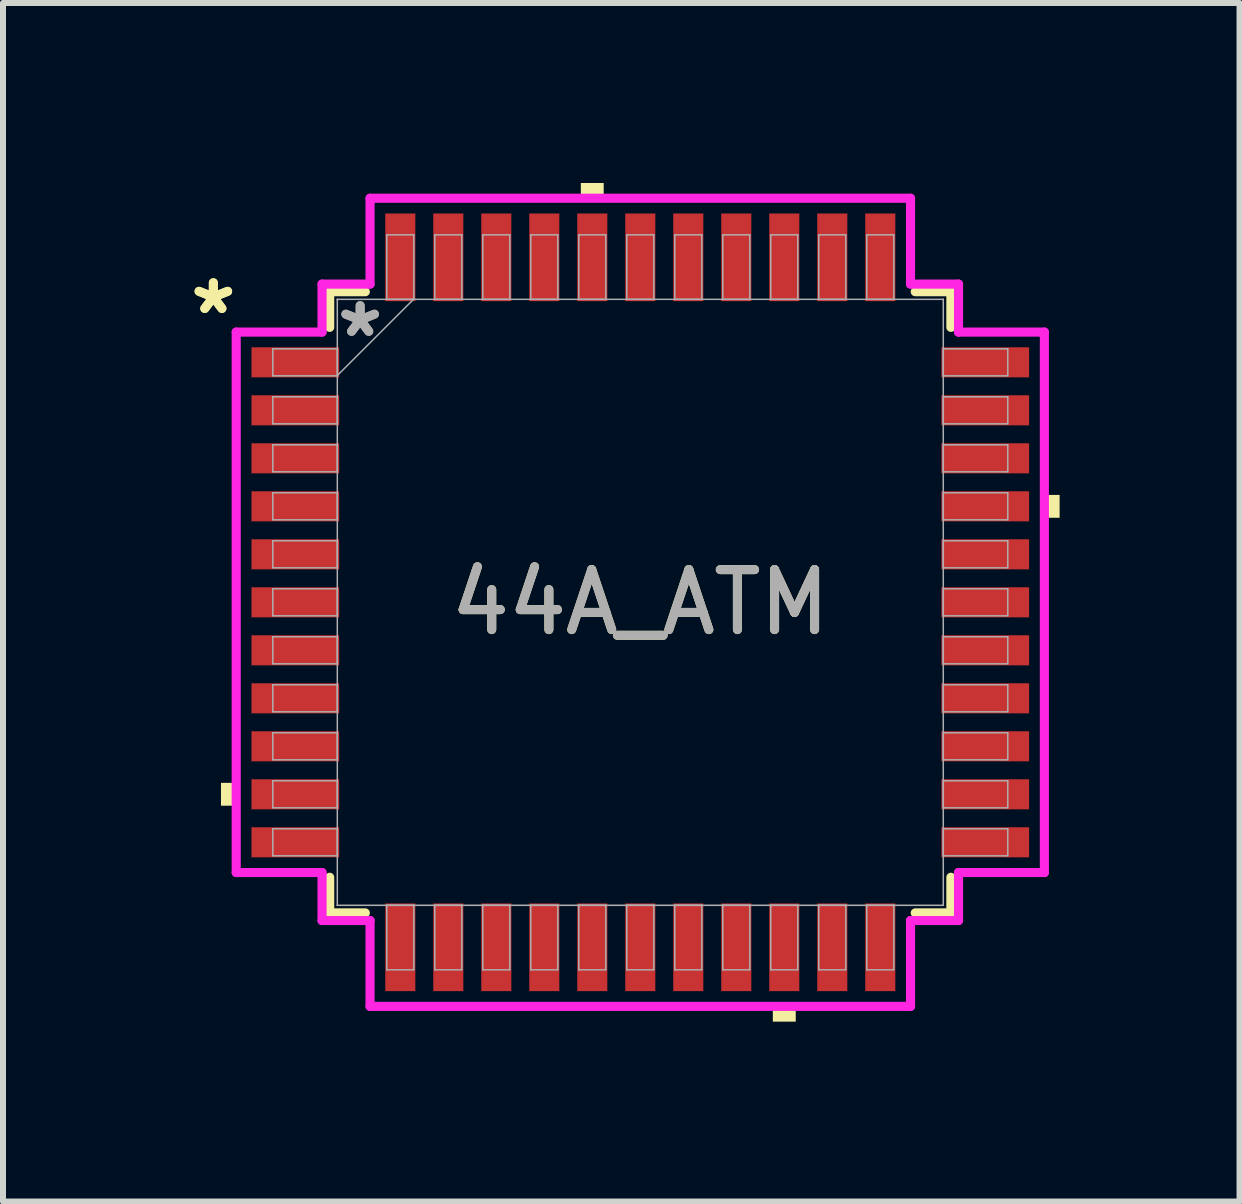
<source format=kicad_pcb>
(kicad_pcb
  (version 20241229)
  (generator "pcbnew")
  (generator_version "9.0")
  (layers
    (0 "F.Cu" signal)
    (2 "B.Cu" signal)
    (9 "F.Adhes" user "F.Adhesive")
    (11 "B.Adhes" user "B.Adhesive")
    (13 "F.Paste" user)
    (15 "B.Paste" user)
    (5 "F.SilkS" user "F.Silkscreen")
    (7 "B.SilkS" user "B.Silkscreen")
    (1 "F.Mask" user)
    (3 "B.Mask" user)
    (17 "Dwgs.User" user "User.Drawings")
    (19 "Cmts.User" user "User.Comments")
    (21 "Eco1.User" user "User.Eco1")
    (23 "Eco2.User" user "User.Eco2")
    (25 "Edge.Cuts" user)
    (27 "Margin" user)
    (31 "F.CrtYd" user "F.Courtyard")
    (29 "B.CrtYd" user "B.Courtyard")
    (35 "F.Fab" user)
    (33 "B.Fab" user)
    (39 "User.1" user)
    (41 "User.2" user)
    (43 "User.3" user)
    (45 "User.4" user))
  (footprint "44A_ATM"
    (layer "F.Cu")
    (at 7.622 6.989)
    (property "Reference" "44A_ATM" (at 0 0 0) (unlocked yes) (layer "F.SilkS") (effects (font (size 1 1) (thickness 0.15))))
    (attr smd)
    (fp_line (start -5.177 -5.177) (end -5.177 -4.583) (stroke (width 0.152) (type solid)) (layer "F.SilkS"))
    (fp_line (start -5.177 4.583) (end -5.177 5.177) (stroke (width 0.152) (type solid)) (layer "F.SilkS"))
    (fp_line (start -5.177 5.177) (end -4.583 5.177) (stroke (width 0.152) (type solid)) (layer "F.SilkS"))
    (fp_line (start -4.583 -5.177) (end -5.177 -5.177) (stroke (width 0.152) (type solid)) (layer "F.SilkS"))
    (fp_line (start 4.583 5.177) (end 5.177 5.177) (stroke (width 0.152) (type solid)) (layer "F.SilkS"))
    (fp_line (start 5.177 -5.177) (end 4.583 -5.177) (stroke (width 0.152) (type solid)) (layer "F.SilkS"))
    (fp_line (start 5.177 -4.583) (end 5.177 -5.177) (stroke (width 0.152) (type solid)) (layer "F.SilkS"))
    (fp_line (start 5.177 5.177) (end 5.177 4.583) (stroke (width 0.152) (type solid)) (layer "F.SilkS"))
    (fp_poly (pts (xy -6.989 3.009) (xy -6.989 3.39) (xy -6.735 3.39) (xy -6.735 3.009)) (stroke (width 0) (type solid)) (fill yes) (layer "F.SilkS"))
    (fp_poly (pts (xy -0.991 -6.735) (xy -0.991 -6.989) (xy -0.61 -6.989) (xy -0.61 -6.735)) (stroke (width 0) (type solid)) (fill yes) (layer "F.SilkS"))
    (fp_poly (pts (xy 2.209 6.735) (xy 2.209 6.989) (xy 2.591 6.989) (xy 2.591 6.735)) (stroke (width 0) (type solid)) (fill yes) (layer "F.SilkS"))
    (fp_poly (pts (xy 6.989 -1.79) (xy 6.989 -1.409) (xy 6.735 -1.409) (xy 6.735 -1.79)) (stroke (width 0) (type solid)) (fill yes) (layer "F.SilkS"))
    (fp_line (start -6.735 -4.504) (end -5.304 -4.504) (stroke (width 0.152) (type solid)) (layer "F.CrtYd"))
    (fp_line (start -6.735 4.504) (end -6.735 -4.504) (stroke (width 0.152) (type solid)) (layer "F.CrtYd"))
    (fp_line (start -5.304 -5.304) (end -4.504 -5.304) (stroke (width 0.152) (type solid)) (layer "F.CrtYd"))
    (fp_line (start -5.304 -4.504) (end -5.304 -5.304) (stroke (width 0.152) (type solid)) (layer "F.CrtYd"))
    (fp_line (start -5.304 4.504) (end -6.735 4.504) (stroke (width 0.152) (type solid)) (layer "F.CrtYd"))
    (fp_line (start -5.304 5.304) (end -5.304 4.504) (stroke (width 0.152) (type solid)) (layer "F.CrtYd"))
    (fp_line (start -5.304 5.304) (end -4.504 5.304) (stroke (width 0.152) (type solid)) (layer "F.CrtYd"))
    (fp_line (start -4.504 -6.735) (end 4.504 -6.735) (stroke (width 0.152) (type solid)) (layer "F.CrtYd"))
    (fp_line (start -4.504 -5.304) (end -4.504 -6.735) (stroke (width 0.152) (type solid)) (layer "F.CrtYd"))
    (fp_line (start -4.504 5.304) (end -4.504 6.735) (stroke (width 0.152) (type solid)) (layer "F.CrtYd"))
    (fp_line (start -4.504 6.735) (end 4.504 6.735) (stroke (width 0.152) (type solid)) (layer "F.CrtYd"))
    (fp_line (start 4.504 -6.735) (end 4.504 -5.304) (stroke (width 0.152) (type solid)) (layer "F.CrtYd"))
    (fp_line (start 4.504 -5.304) (end 5.304 -5.304) (stroke (width 0.152) (type solid)) (layer "F.CrtYd"))
    (fp_line (start 4.504 5.304) (end 5.304 5.304) (stroke (width 0.152) (type solid)) (layer "F.CrtYd"))
    (fp_line (start 4.504 6.735) (end 4.504 5.304) (stroke (width 0.152) (type solid)) (layer "F.CrtYd"))
    (fp_line (start 5.304 -4.504) (end 5.304 -5.304) (stroke (width 0.152) (type solid)) (layer "F.CrtYd"))
    (fp_line (start 5.304 4.504) (end 6.735 4.504) (stroke (width 0.152) (type solid)) (layer "F.CrtYd"))
    (fp_line (start 5.304 5.304) (end 5.304 4.504) (stroke (width 0.152) (type solid)) (layer "F.CrtYd"))
    (fp_line (start 6.735 -4.504) (end 5.304 -4.504) (stroke (width 0.152) (type solid)) (layer "F.CrtYd"))
    (fp_line (start 6.735 4.504) (end 6.735 -4.504) (stroke (width 0.152) (type solid)) (layer "F.CrtYd"))
    (fp_line (start -6.125 -4.225) (end -6.125 -3.775) (stroke (width 0.025) (type solid)) (layer "F.Fab"))
    (fp_line (start -6.125 -3.775) (end -5.05 -3.775) (stroke (width 0.025) (type solid)) (layer "F.Fab"))
    (fp_line (start -6.125 -3.425) (end -6.125 -2.975) (stroke (width 0.025) (type solid)) (layer "F.Fab"))
    (fp_line (start -6.125 -2.975) (end -5.05 -2.975) (stroke (width 0.025) (type solid)) (layer "F.Fab"))
    (fp_line (start -6.125 -2.625) (end -6.125 -2.175) (stroke (width 0.025) (type solid)) (layer "F.Fab"))
    (fp_line (start -6.125 -2.175) (end -5.05 -2.175) (stroke (width 0.025) (type solid)) (layer "F.Fab"))
    (fp_line (start -6.125 -1.825) (end -6.125 -1.375) (stroke (width 0.025) (type solid)) (layer "F.Fab"))
    (fp_line (start -6.125 -1.375) (end -5.05 -1.375) (stroke (width 0.025) (type solid)) (layer "F.Fab"))
    (fp_line (start -6.125 -1.025) (end -6.125 -0.575) (stroke (width 0.025) (type solid)) (layer "F.Fab"))
    (fp_line (start -6.125 -0.575) (end -5.05 -0.575) (stroke (width 0.025) (type solid)) (layer "F.Fab"))
    (fp_line (start -6.125 -0.225) (end -6.125 0.225) (stroke (width 0.025) (type solid)) (layer "F.Fab"))
    (fp_line (start -6.125 0.225) (end -5.05 0.225) (stroke (width 0.025) (type solid)) (layer "F.Fab"))
    (fp_line (start -6.125 0.575) (end -6.125 1.025) (stroke (width 0.025) (type solid)) (layer "F.Fab"))
    (fp_line (start -6.125 1.025) (end -5.05 1.025) (stroke (width 0.025) (type solid)) (layer "F.Fab"))
    (fp_line (start -6.125 1.375) (end -6.125 1.825) (stroke (width 0.025) (type solid)) (layer "F.Fab"))
    (fp_line (start -6.125 1.825) (end -5.05 1.825) (stroke (width 0.025) (type solid)) (layer "F.Fab"))
    (fp_line (start -6.125 2.175) (end -6.125 2.625) (stroke (width 0.025) (type solid)) (layer "F.Fab"))
    (fp_line (start -6.125 2.625) (end -5.05 2.625) (stroke (width 0.025) (type solid)) (layer "F.Fab"))
    (fp_line (start -6.125 2.975) (end -6.125 3.425) (stroke (width 0.025) (type solid)) (layer "F.Fab"))
    (fp_line (start -6.125 3.425) (end -5.05 3.425) (stroke (width 0.025) (type solid)) (layer "F.Fab"))
    (fp_line (start -6.125 3.775) (end -6.125 4.225) (stroke (width 0.025) (type solid)) (layer "F.Fab"))
    (fp_line (start -6.125 4.225) (end -5.05 4.225) (stroke (width 0.025) (type solid)) (layer "F.Fab"))
    (fp_line (start -5.05 -5.05) (end -5.05 -5.05) (stroke (width 0.025) (type solid)) (layer "F.Fab"))
    (fp_line (start -5.05 -5.05) (end -5.05 5.05) (stroke (width 0.025) (type solid)) (layer "F.Fab"))
    (fp_line (start -5.05 -4.225) (end -6.125 -4.225) (stroke (width 0.025) (type solid)) (layer "F.Fab"))
    (fp_line (start -5.05 -3.78) (end -3.78 -5.05) (stroke (width 0.025) (type solid)) (layer "F.Fab"))
    (fp_line (start -5.05 -3.775) (end -5.05 -4.225) (stroke (width 0.025) (type solid)) (layer "F.Fab"))
    (fp_line (start -5.05 -3.425) (end -6.125 -3.425) (stroke (width 0.025) (type solid)) (layer "F.Fab"))
    (fp_line (start -5.05 -2.975) (end -5.05 -3.425) (stroke (width 0.025) (type solid)) (layer "F.Fab"))
    (fp_line (start -5.05 -2.625) (end -6.125 -2.625) (stroke (width 0.025) (type solid)) (layer "F.Fab"))
    (fp_line (start -5.05 -2.175) (end -5.05 -2.625) (stroke (width 0.025) (type solid)) (layer "F.Fab"))
    (fp_line (start -5.05 -1.825) (end -6.125 -1.825) (stroke (width 0.025) (type solid)) (layer "F.Fab"))
    (fp_line (start -5.05 -1.375) (end -5.05 -1.825) (stroke (width 0.025) (type solid)) (layer "F.Fab"))
    (fp_line (start -5.05 -1.025) (end -6.125 -1.025) (stroke (width 0.025) (type solid)) (layer "F.Fab"))
    (fp_line (start -5.05 -0.575) (end -5.05 -1.025) (stroke (width 0.025) (type solid)) (layer "F.Fab"))
    (fp_line (start -5.05 -0.225) (end -6.125 -0.225) (stroke (width 0.025) (type solid)) (layer "F.Fab"))
    (fp_line (start -5.05 0.225) (end -5.05 -0.225) (stroke (width 0.025) (type solid)) (layer "F.Fab"))
    (fp_line (start -5.05 0.575) (end -6.125 0.575) (stroke (width 0.025) (type solid)) (layer "F.Fab"))
    (fp_line (start -5.05 1.025) (end -5.05 0.575) (stroke (width 0.025) (type solid)) (layer "F.Fab"))
    (fp_line (start -5.05 1.375) (end -6.125 1.375) (stroke (width 0.025) (type solid)) (layer "F.Fab"))
    (fp_line (start -5.05 1.825) (end -5.05 1.375) (stroke (width 0.025) (type solid)) (layer "F.Fab"))
    (fp_line (start -5.05 2.175) (end -6.125 2.175) (stroke (width 0.025) (type solid)) (layer "F.Fab"))
    (fp_line (start -5.05 2.625) (end -5.05 2.175) (stroke (width 0.025) (type solid)) (layer "F.Fab"))
    (fp_line (start -5.05 2.975) (end -6.125 2.975) (stroke (width 0.025) (type solid)) (layer "F.Fab"))
    (fp_line (start -5.05 3.425) (end -5.05 2.975) (stroke (width 0.025) (type solid)) (layer "F.Fab"))
    (fp_line (start -5.05 3.775) (end -6.125 3.775) (stroke (width 0.025) (type solid)) (layer "F.Fab"))
    (fp_line (start -5.05 4.225) (end -5.05 3.775) (stroke (width 0.025) (type solid)) (layer "F.Fab"))
    (fp_line (start -5.05 5.05) (end -5.05 5.05) (stroke (width 0.025) (type solid)) (layer "F.Fab"))
    (fp_line (start -5.05 5.05) (end 5.05 5.05) (stroke (width 0.025) (type solid)) (layer "F.Fab"))
    (fp_line (start -4.225 5.05) (end -4.225 6.125) (stroke (width 0.025) (type solid)) (layer "F.Fab"))
    (fp_line (start -4.225 6.125) (end -3.775 6.125) (stroke (width 0.025) (type solid)) (layer "F.Fab"))
    (fp_line (start -4.225 -6.125) (end -4.225 -5.05) (stroke (width 0.025) (type solid)) (layer "F.Fab"))
    (fp_line (start -4.225 -5.05) (end -3.775 -5.05) (stroke (width 0.025) (type solid)) (layer "F.Fab"))
    (fp_line (start -3.775 5.05) (end -4.225 5.05) (stroke (width 0.025) (type solid)) (layer "F.Fab"))
    (fp_line (start -3.775 6.125) (end -3.775 5.05) (stroke (width 0.025) (type solid)) (layer "F.Fab"))
    (fp_line (start -3.775 -6.125) (end -4.225 -6.125) (stroke (width 0.025) (type solid)) (layer "F.Fab"))
    (fp_line (start -3.775 -5.05) (end -3.775 -6.125) (stroke (width 0.025) (type solid)) (layer "F.Fab"))
    (fp_line (start -3.425 -6.125) (end -3.425 -5.05) (stroke (width 0.025) (type solid)) (layer "F.Fab"))
    (fp_line (start -3.425 -5.05) (end -2.975 -5.05) (stroke (width 0.025) (type solid)) (layer "F.Fab"))
    (fp_line (start -3.425 5.05) (end -3.425 6.125) (stroke (width 0.025) (type solid)) (layer "F.Fab"))
    (fp_line (start -3.425 6.125) (end -2.975 6.125) (stroke (width 0.025) (type solid)) (layer "F.Fab"))
    (fp_line (start -2.975 5.05) (end -3.425 5.05) (stroke (width 0.025) (type solid)) (layer "F.Fab"))
    (fp_line (start -2.975 6.125) (end -2.975 5.05) (stroke (width 0.025) (type solid)) (layer "F.Fab"))
    (fp_line (start -2.975 -6.125) (end -3.425 -6.125) (stroke (width 0.025) (type solid)) (layer "F.Fab"))
    (fp_line (start -2.975 -5.05) (end -2.975 -6.125) (stroke (width 0.025) (type solid)) (layer "F.Fab"))
    (fp_line (start -2.625 -6.125) (end -2.625 -5.05) (stroke (width 0.025) (type solid)) (layer "F.Fab"))
    (fp_line (start -2.625 -5.05) (end -2.175 -5.05) (stroke (width 0.025) (type solid)) (layer "F.Fab"))
    (fp_line (start -2.625 5.05) (end -2.625 6.125) (stroke (width 0.025) (type solid)) (layer "F.Fab"))
    (fp_line (start -2.625 6.125) (end -2.175 6.125) (stroke (width 0.025) (type solid)) (layer "F.Fab"))
    (fp_line (start -2.175 -6.125) (end -2.625 -6.125) (stroke (width 0.025) (type solid)) (layer "F.Fab"))
    (fp_line (start -2.175 -5.05) (end -2.175 -6.125) (stroke (width 0.025) (type solid)) (layer "F.Fab"))
    (fp_line (start -2.175 5.05) (end -2.625 5.05) (stroke (width 0.025) (type solid)) (layer "F.Fab"))
    (fp_line (start -2.175 6.125) (end -2.175 5.05) (stroke (width 0.025) (type solid)) (layer "F.Fab"))
    (fp_line (start -1.825 -6.125) (end -1.825 -5.05) (stroke (width 0.025) (type solid)) (layer "F.Fab"))
    (fp_line (start -1.825 -5.05) (end -1.375 -5.05) (stroke (width 0.025) (type solid)) (layer "F.Fab"))
    (fp_line (start -1.825 5.05) (end -1.825 6.125) (stroke (width 0.025) (type solid)) (layer "F.Fab"))
    (fp_line (start -1.825 6.125) (end -1.375 6.125) (stroke (width 0.025) (type solid)) (layer "F.Fab"))
    (fp_line (start -1.375 -6.125) (end -1.825 -6.125) (stroke (width 0.025) (type solid)) (layer "F.Fab"))
    (fp_line (start -1.375 -5.05) (end -1.375 -6.125) (stroke (width 0.025) (type solid)) (layer "F.Fab"))
    (fp_line (start -1.375 5.05) (end -1.825 5.05) (stroke (width 0.025) (type solid)) (layer "F.Fab"))
    (fp_line (start -1.375 6.125) (end -1.375 5.05) (stroke (width 0.025) (type solid)) (layer "F.Fab"))
    (fp_line (start -1.025 -6.125) (end -1.025 -5.05) (stroke (width 0.025) (type solid)) (layer "F.Fab"))
    (fp_line (start -1.025 -5.05) (end -0.575 -5.05) (stroke (width 0.025) (type solid)) (layer "F.Fab"))
    (fp_line (start -1.025 5.05) (end -1.025 6.125) (stroke (width 0.025) (type solid)) (layer "F.Fab"))
    (fp_line (start -1.025 6.125) (end -0.575 6.125) (stroke (width 0.025) (type solid)) (layer "F.Fab"))
    (fp_line (start -0.575 -6.125) (end -1.025 -6.125) (stroke (width 0.025) (type solid)) (layer "F.Fab"))
    (fp_line (start -0.575 -5.05) (end -0.575 -6.125) (stroke (width 0.025) (type solid)) (layer "F.Fab"))
    (fp_line (start -0.575 5.05) (end -1.025 5.05) (stroke (width 0.025) (type solid)) (layer "F.Fab"))
    (fp_line (start -0.575 6.125) (end -0.575 5.05) (stroke (width 0.025) (type solid)) (layer "F.Fab"))
    (fp_line (start -0.225 -6.125) (end -0.225 -5.05) (stroke (width 0.025) (type solid)) (layer "F.Fab"))
    (fp_line (start -0.225 -5.05) (end 0.225 -5.05) (stroke (width 0.025) (type solid)) (layer "F.Fab"))
    (fp_line (start -0.225 5.05) (end -0.225 6.125) (stroke (width 0.025) (type solid)) (layer "F.Fab"))
    (fp_line (start -0.225 6.125) (end 0.225 6.125) (stroke (width 0.025) (type solid)) (layer "F.Fab"))
    (fp_line (start 0.225 -6.125) (end -0.225 -6.125) (stroke (width 0.025) (type solid)) (layer "F.Fab"))
    (fp_line (start 0.225 -5.05) (end 0.225 -6.125) (stroke (width 0.025) (type solid)) (layer "F.Fab"))
    (fp_line (start 0.225 5.05) (end -0.225 5.05) (stroke (width 0.025) (type solid)) (layer "F.Fab"))
    (fp_line (start 0.225 6.125) (end 0.225 5.05) (stroke (width 0.025) (type solid)) (layer "F.Fab"))
    (fp_line (start 0.575 -6.125) (end 0.575 -5.05) (stroke (width 0.025) (type solid)) (layer "F.Fab"))
    (fp_line (start 0.575 -5.05) (end 1.025 -5.05) (stroke (width 0.025) (type solid)) (layer "F.Fab"))
    (fp_line (start 0.575 5.05) (end 0.575 6.125) (stroke (width 0.025) (type solid)) (layer "F.Fab"))
    (fp_line (start 0.575 6.125) (end 1.025 6.125) (stroke (width 0.025) (type solid)) (layer "F.Fab"))
    (fp_line (start 1.025 -6.125) (end 0.575 -6.125) (stroke (width 0.025) (type solid)) (layer "F.Fab"))
    (fp_line (start 1.025 -5.05) (end 1.025 -6.125) (stroke (width 0.025) (type solid)) (layer "F.Fab"))
    (fp_line (start 1.025 5.05) (end 0.575 5.05) (stroke (width 0.025) (type solid)) (layer "F.Fab"))
    (fp_line (start 1.025 6.125) (end 1.025 5.05) (stroke (width 0.025) (type solid)) (layer "F.Fab"))
    (fp_line (start 1.375 -6.125) (end 1.375 -5.05) (stroke (width 0.025) (type solid)) (layer "F.Fab"))
    (fp_line (start 1.375 -5.05) (end 1.825 -5.05) (stroke (width 0.025) (type solid)) (layer "F.Fab"))
    (fp_line (start 1.375 5.05) (end 1.375 6.125) (stroke (width 0.025) (type solid)) (layer "F.Fab"))
    (fp_line (start 1.375 6.125) (end 1.825 6.125) (stroke (width 0.025) (type solid)) (layer "F.Fab"))
    (fp_line (start 1.825 -6.125) (end 1.375 -6.125) (stroke (width 0.025) (type solid)) (layer "F.Fab"))
    (fp_line (start 1.825 -5.05) (end 1.825 -6.125) (stroke (width 0.025) (type solid)) (layer "F.Fab"))
    (fp_line (start 1.825 5.05) (end 1.375 5.05) (stroke (width 0.025) (type solid)) (layer "F.Fab"))
    (fp_line (start 1.825 6.125) (end 1.825 5.05) (stroke (width 0.025) (type solid)) (layer "F.Fab"))
    (fp_line (start 2.175 -6.125) (end 2.175 -5.05) (stroke (width 0.025) (type solid)) (layer "F.Fab"))
    (fp_line (start 2.175 -5.05) (end 2.625 -5.05) (stroke (width 0.025) (type solid)) (layer "F.Fab"))
    (fp_line (start 2.175 5.05) (end 2.175 6.125) (stroke (width 0.025) (type solid)) (layer "F.Fab"))
    (fp_line (start 2.175 6.125) (end 2.625 6.125) (stroke (width 0.025) (type solid)) (layer "F.Fab"))
    (fp_line (start 2.625 -6.125) (end 2.175 -6.125) (stroke (width 0.025) (type solid)) (layer "F.Fab"))
    (fp_line (start 2.625 -5.05) (end 2.625 -6.125) (stroke (width 0.025) (type solid)) (layer "F.Fab"))
    (fp_line (start 2.625 5.05) (end 2.175 5.05) (stroke (width 0.025) (type solid)) (layer "F.Fab"))
    (fp_line (start 2.625 6.125) (end 2.625 5.05) (stroke (width 0.025) (type solid)) (layer "F.Fab"))
    (fp_line (start 2.975 5.05) (end 2.975 6.125) (stroke (width 0.025) (type solid)) (layer "F.Fab"))
    (fp_line (start 2.975 6.125) (end 3.425 6.125) (stroke (width 0.025) (type solid)) (layer "F.Fab"))
    (fp_line (start 2.975 -6.125) (end 2.975 -5.05) (stroke (width 0.025) (type solid)) (layer "F.Fab"))
    (fp_line (start 2.975 -5.05) (end 3.425 -5.05) (stroke (width 0.025) (type solid)) (layer "F.Fab"))
    (fp_line (start 3.425 -6.125) (end 2.975 -6.125) (stroke (width 0.025) (type solid)) (layer "F.Fab"))
    (fp_line (start 3.425 -5.05) (end 3.425 -6.125) (stroke (width 0.025) (type solid)) (layer "F.Fab"))
    (fp_line (start 3.425 5.05) (end 2.975 5.05) (stroke (width 0.025) (type solid)) (layer "F.Fab"))
    (fp_line (start 3.425 6.125) (end 3.425 5.05) (stroke (width 0.025) (type solid)) (layer "F.Fab"))
    (fp_line (start 3.775 5.05) (end 3.775 6.125) (stroke (width 0.025) (type solid)) (layer "F.Fab"))
    (fp_line (start 3.775 6.125) (end 4.225 6.125) (stroke (width 0.025) (type solid)) (layer "F.Fab"))
    (fp_line (start 3.775 -6.125) (end 3.775 -5.05) (stroke (width 0.025) (type solid)) (layer "F.Fab"))
    (fp_line (start 3.775 -5.05) (end 4.225 -5.05) (stroke (width 0.025) (type solid)) (layer "F.Fab"))
    (fp_line (start 4.225 5.05) (end 3.775 5.05) (stroke (width 0.025) (type solid)) (layer "F.Fab"))
    (fp_line (start 4.225 6.125) (end 4.225 5.05) (stroke (width 0.025) (type solid)) (layer "F.Fab"))
    (fp_line (start 4.225 -6.125) (end 3.775 -6.125) (stroke (width 0.025) (type solid)) (layer "F.Fab"))
    (fp_line (start 4.225 -5.05) (end 4.225 -6.125) (stroke (width 0.025) (type solid)) (layer "F.Fab"))
    (fp_line (start 5.05 -5.05) (end -5.05 -5.05) (stroke (width 0.025) (type solid)) (layer "F.Fab"))
    (fp_line (start 5.05 -5.05) (end 5.05 -5.05) (stroke (width 0.025) (type solid)) (layer "F.Fab"))
    (fp_line (start 5.05 -4.225) (end 5.05 -3.775) (stroke (width 0.025) (type solid)) (layer "F.Fab"))
    (fp_line (start 5.05 -3.775) (end 6.125 -3.775) (stroke (width 0.025) (type solid)) (layer "F.Fab"))
    (fp_line (start 5.05 -3.425) (end 5.05 -2.975) (stroke (width 0.025) (type solid)) (layer "F.Fab"))
    (fp_line (start 5.05 -2.975) (end 6.125 -2.975) (stroke (width 0.025) (type solid)) (layer "F.Fab"))
    (fp_line (start 5.05 -2.625) (end 5.05 -2.175) (stroke (width 0.025) (type solid)) (layer "F.Fab"))
    (fp_line (start 5.05 -2.175) (end 6.125 -2.175) (stroke (width 0.025) (type solid)) (layer "F.Fab"))
    (fp_line (start 5.05 -1.825) (end 5.05 -1.375) (stroke (width 0.025) (type solid)) (layer "F.Fab"))
    (fp_line (start 5.05 -1.375) (end 6.125 -1.375) (stroke (width 0.025) (type solid)) (layer "F.Fab"))
    (fp_line (start 5.05 -1.025) (end 5.05 -0.575) (stroke (width 0.025) (type solid)) (layer "F.Fab"))
    (fp_line (start 5.05 -0.575) (end 6.125 -0.575) (stroke (width 0.025) (type solid)) (layer "F.Fab"))
    (fp_line (start 5.05 -0.225) (end 5.05 0.225) (stroke (width 0.025) (type solid)) (layer "F.Fab"))
    (fp_line (start 5.05 0.225) (end 6.125 0.225) (stroke (width 0.025) (type solid)) (layer "F.Fab"))
    (fp_line (start 5.05 0.575) (end 5.05 1.025) (stroke (width 0.025) (type solid)) (layer "F.Fab"))
    (fp_line (start 5.05 1.025) (end 6.125 1.025) (stroke (width 0.025) (type solid)) (layer "F.Fab"))
    (fp_line (start 5.05 1.375) (end 5.05 1.825) (stroke (width 0.025) (type solid)) (layer "F.Fab"))
    (fp_line (start 5.05 1.825) (end 6.125 1.825) (stroke (width 0.025) (type solid)) (layer "F.Fab"))
    (fp_line (start 5.05 2.175) (end 5.05 2.625) (stroke (width 0.025) (type solid)) (layer "F.Fab"))
    (fp_line (start 5.05 2.625) (end 6.125 2.625) (stroke (width 0.025) (type solid)) (layer "F.Fab"))
    (fp_line (start 5.05 2.975) (end 5.05 3.425) (stroke (width 0.025) (type solid)) (layer "F.Fab"))
    (fp_line (start 5.05 3.425) (end 6.125 3.425) (stroke (width 0.025) (type solid)) (layer "F.Fab"))
    (fp_line (start 5.05 3.775) (end 5.05 4.225) (stroke (width 0.025) (type solid)) (layer "F.Fab"))
    (fp_line (start 5.05 4.225) (end 6.125 4.225) (stroke (width 0.025) (type solid)) (layer "F.Fab"))
    (fp_line (start 5.05 5.05) (end 5.05 -5.05) (stroke (width 0.025) (type solid)) (layer "F.Fab"))
    (fp_line (start 5.05 5.05) (end 5.05 5.05) (stroke (width 0.025) (type solid)) (layer "F.Fab"))
    (fp_line (start 6.125 -4.225) (end 5.05 -4.225) (stroke (width 0.025) (type solid)) (layer "F.Fab"))
    (fp_line (start 6.125 -3.775) (end 6.125 -4.225) (stroke (width 0.025) (type solid)) (layer "F.Fab"))
    (fp_line (start 6.125 -3.425) (end 5.05 -3.425) (stroke (width 0.025) (type solid)) (layer "F.Fab"))
    (fp_line (start 6.125 -2.975) (end 6.125 -3.425) (stroke (width 0.025) (type solid)) (layer "F.Fab"))
    (fp_line (start 6.125 -2.625) (end 5.05 -2.625) (stroke (width 0.025) (type solid)) (layer "F.Fab"))
    (fp_line (start 6.125 -2.175) (end 6.125 -2.625) (stroke (width 0.025) (type solid)) (layer "F.Fab"))
    (fp_line (start 6.125 -1.825) (end 5.05 -1.825) (stroke (width 0.025) (type solid)) (layer "F.Fab"))
    (fp_line (start 6.125 -1.375) (end 6.125 -1.825) (stroke (width 0.025) (type solid)) (layer "F.Fab"))
    (fp_line (start 6.125 -1.025) (end 5.05 -1.025) (stroke (width 0.025) (type solid)) (layer "F.Fab"))
    (fp_line (start 6.125 -0.575) (end 6.125 -1.025) (stroke (width 0.025) (type solid)) (layer "F.Fab"))
    (fp_line (start 6.125 -0.225) (end 5.05 -0.225) (stroke (width 0.025) (type solid)) (layer "F.Fab"))
    (fp_line (start 6.125 0.225) (end 6.125 -0.225) (stroke (width 0.025) (type solid)) (layer "F.Fab"))
    (fp_line (start 6.125 0.575) (end 5.05 0.575) (stroke (width 0.025) (type solid)) (layer "F.Fab"))
    (fp_line (start 6.125 1.025) (end 6.125 0.575) (stroke (width 0.025) (type solid)) (layer "F.Fab"))
    (fp_line (start 6.125 1.375) (end 5.05 1.375) (stroke (width 0.025) (type solid)) (layer "F.Fab"))
    (fp_line (start 6.125 1.825) (end 6.125 1.375) (stroke (width 0.025) (type solid)) (layer "F.Fab"))
    (fp_line (start 6.125 2.175) (end 5.05 2.175) (stroke (width 0.025) (type solid)) (layer "F.Fab"))
    (fp_line (start 6.125 2.625) (end 6.125 2.175) (stroke (width 0.025) (type solid)) (layer "F.Fab"))
    (fp_line (start 6.125 2.975) (end 5.05 2.975) (stroke (width 0.025) (type solid)) (layer "F.Fab"))
    (fp_line (start 6.125 3.425) (end 6.125 2.975) (stroke (width 0.025) (type solid)) (layer "F.Fab"))
    (fp_line (start 6.125 3.775) (end 5.05 3.775) (stroke (width 0.025) (type solid)) (layer "F.Fab"))
    (fp_line (start 6.125 4.225) (end 6.125 3.775) (stroke (width 0.025) (type solid)) (layer "F.Fab"))
    (fp_text user "*" (at -7.116 -4.781 0) (unlocked yes) (layer "F.SilkS") (effects (font (size 1 1) (thickness 0.15))))
    (fp_text user "*" (at -7.116 -4.781 0) (layer "F.SilkS") (effects (font (size 1 1) (thickness 0.15))))
    (fp_text user "${REFERENCE}" (at 0 0 0) (unlocked yes) (layer "F.Fab") (effects (font (size 1 1) (thickness 0.15))))
    (fp_text user "*" (at -4.669 -4.4 0) (unlocked yes) (layer "F.Fab") (effects (font (size 1 1) (thickness 0.15))))
    (fp_text user "*" (at -4.669 -4.4 0) (layer "F.Fab") (effects (font (size 1 1) (thickness 0.15))))
    (pad "1" smd rect (at -5.75 -4 90) (size 0.501 1.461) (layers "F.Cu" "F.Mask" "F.Paste"))
    (pad "2" smd rect (at -5.75 -3.2 90) (size 0.501 1.461) (layers "F.Cu" "F.Mask" "F.Paste"))
    (pad "3" smd rect (at -5.75 -2.4 90) (size 0.501 1.461) (layers "F.Cu" "F.Mask" "F.Paste"))
    (pad "4" smd rect (at -5.75 -1.6 90) (size 0.501 1.461) (layers "F.Cu" "F.Mask" "F.Paste"))
    (pad "5" smd rect (at -5.75 -0.8 90) (size 0.501 1.461) (layers "F.Cu" "F.Mask" "F.Paste"))
    (pad "6" smd rect (at -5.75 0 90) (size 0.501 1.461) (layers "F.Cu" "F.Mask" "F.Paste"))
    (pad "7" smd rect (at -5.75 0.8 90) (size 0.501 1.461) (layers "F.Cu" "F.Mask" "F.Paste"))
    (pad "8" smd rect (at -5.75 1.6 90) (size 0.501 1.461) (layers "F.Cu" "F.Mask" "F.Paste"))
    (pad "9" smd rect (at -5.75 2.4 90) (size 0.501 1.461) (layers "F.Cu" "F.Mask" "F.Paste"))
    (pad "10" smd rect (at -5.75 3.2 90) (size 0.501 1.461) (layers "F.Cu" "F.Mask" "F.Paste"))
    (pad "11" smd rect (at -5.75 4 90) (size 0.501 1.461) (layers "F.Cu" "F.Mask" "F.Paste"))
    (pad "12" smd rect (at -4 5.75) (size 0.501 1.461) (layers "F.Cu" "F.Mask" "F.Paste"))
    (pad "13" smd rect (at -3.2 5.75) (size 0.501 1.461) (layers "F.Cu" "F.Mask" "F.Paste"))
    (pad "14" smd rect (at -2.4 5.75) (size 0.501 1.461) (layers "F.Cu" "F.Mask" "F.Paste"))
    (pad "15" smd rect (at -1.6 5.75) (size 0.501 1.461) (layers "F.Cu" "F.Mask" "F.Paste"))
    (pad "16" smd rect (at -0.8 5.75) (size 0.501 1.461) (layers "F.Cu" "F.Mask" "F.Paste"))
    (pad "17" smd rect (at 0 5.75) (size 0.501 1.461) (layers "F.Cu" "F.Mask" "F.Paste"))
    (pad "18" smd rect (at 0.8 5.75) (size 0.501 1.461) (layers "F.Cu" "F.Mask" "F.Paste"))
    (pad "19" smd rect (at 1.6 5.75) (size 0.501 1.461) (layers "F.Cu" "F.Mask" "F.Paste"))
    (pad "20" smd rect (at 2.4 5.75) (size 0.501 1.461) (layers "F.Cu" "F.Mask" "F.Paste"))
    (pad "21" smd rect (at 3.2 5.75) (size 0.501 1.461) (layers "F.Cu" "F.Mask" "F.Paste"))
    (pad "22" smd rect (at 4 5.75) (size 0.501 1.461) (layers "F.Cu" "F.Mask" "F.Paste"))
    (pad "23" smd rect (at 5.75 4 90) (size 0.501 1.461) (layers "F.Cu" "F.Mask" "F.Paste"))
    (pad "24" smd rect (at 5.75 3.2 90) (size 0.501 1.461) (layers "F.Cu" "F.Mask" "F.Paste"))
    (pad "25" smd rect (at 5.75 2.4 90) (size 0.501 1.461) (layers "F.Cu" "F.Mask" "F.Paste"))
    (pad "26" smd rect (at 5.75 1.6 90) (size 0.501 1.461) (layers "F.Cu" "F.Mask" "F.Paste"))
    (pad "27" smd rect (at 5.75 0.8 90) (size 0.501 1.461) (layers "F.Cu" "F.Mask" "F.Paste"))
    (pad "28" smd rect (at 5.75 0 90) (size 0.501 1.461) (layers "F.Cu" "F.Mask" "F.Paste"))
    (pad "29" smd rect (at 5.75 -0.8 90) (size 0.501 1.461) (layers "F.Cu" "F.Mask" "F.Paste"))
    (pad "30" smd rect (at 5.75 -1.6 90) (size 0.501 1.461) (layers "F.Cu" "F.Mask" "F.Paste"))
    (pad "31" smd rect (at 5.75 -2.4 90) (size 0.501 1.461) (layers "F.Cu" "F.Mask" "F.Paste"))
    (pad "32" smd rect (at 5.75 -3.2 90) (size 0.501 1.461) (layers "F.Cu" "F.Mask" "F.Paste"))
    (pad "33" smd rect (at 5.75 -4 90) (size 0.501 1.461) (layers "F.Cu" "F.Mask" "F.Paste"))
    (pad "34" smd rect (at 4 -5.75) (size 0.501 1.461) (layers "F.Cu" "F.Mask" "F.Paste"))
    (pad "35" smd rect (at 3.2 -5.75) (size 0.501 1.461) (layers "F.Cu" "F.Mask" "F.Paste"))
    (pad "36" smd rect (at 2.4 -5.75) (size 0.501 1.461) (layers "F.Cu" "F.Mask" "F.Paste"))
    (pad "37" smd rect (at 1.6 -5.75) (size 0.501 1.461) (layers "F.Cu" "F.Mask" "F.Paste"))
    (pad "38" smd rect (at 0.8 -5.75) (size 0.501 1.461) (layers "F.Cu" "F.Mask" "F.Paste"))
    (pad "39" smd rect (at 0 -5.75) (size 0.501 1.461) (layers "F.Cu" "F.Mask" "F.Paste"))
    (pad "40" smd rect (at -0.8 -5.75) (size 0.501 1.461) (layers "F.Cu" "F.Mask" "F.Paste"))
    (pad "41" smd rect (at -1.6 -5.75) (size 0.501 1.461) (layers "F.Cu" "F.Mask" "F.Paste"))
    (pad "42" smd rect (at -2.4 -5.75) (size 0.501 1.461) (layers "F.Cu" "F.Mask" "F.Paste"))
    (pad "43" smd rect (at -3.2 -5.75) (size 0.501 1.461) (layers "F.Cu" "F.Mask" "F.Paste"))
    (pad "44" smd rect (at -4 -5.75) (size 0.501 1.461) (layers "F.Cu" "F.Mask" "F.Paste")))
  (gr_rect
    (start -3 -3)
    (end 17.61 16.977)
    (stroke (width 0.1) (type default))
    (fill no)
    (layer "Edge.Cuts")))
</source>
